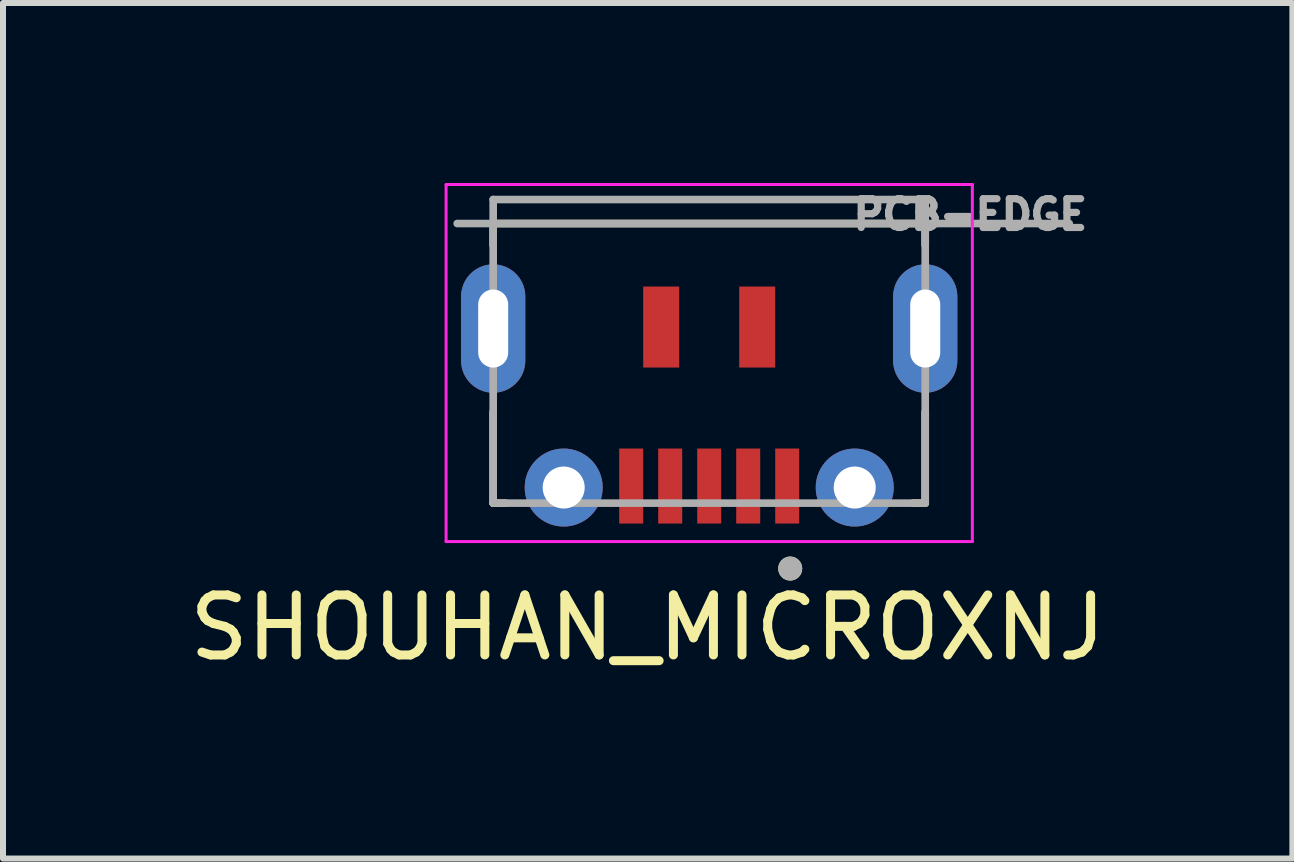
<source format=kicad_pcb>
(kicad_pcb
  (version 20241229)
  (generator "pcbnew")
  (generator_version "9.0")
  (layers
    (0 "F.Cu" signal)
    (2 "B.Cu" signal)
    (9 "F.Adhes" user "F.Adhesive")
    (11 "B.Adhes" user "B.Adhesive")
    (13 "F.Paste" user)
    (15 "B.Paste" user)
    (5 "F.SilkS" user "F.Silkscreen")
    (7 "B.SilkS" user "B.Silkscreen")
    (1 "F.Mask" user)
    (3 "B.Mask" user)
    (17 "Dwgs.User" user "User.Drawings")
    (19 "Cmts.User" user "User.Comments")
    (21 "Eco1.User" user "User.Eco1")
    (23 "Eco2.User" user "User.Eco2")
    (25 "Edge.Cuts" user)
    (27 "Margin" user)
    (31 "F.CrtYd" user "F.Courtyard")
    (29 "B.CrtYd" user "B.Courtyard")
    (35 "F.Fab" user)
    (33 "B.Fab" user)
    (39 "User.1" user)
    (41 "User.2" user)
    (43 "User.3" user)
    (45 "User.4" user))
  (footprint "SHOUHAN_MICROXNJ"
    (layer "F.Cu")
    (at 8.769 0.675)
    (property "Reference" "SHOUHAN_MICROXNJ" (at -1.025 6.735 0) (layer "F.SilkS") (effects (font (size 1 1) (thickness 0.15))))
    (attr through_hole)
    (fp_line (start -3.6 0) (end 3.6 0) (stroke (width 0.127) (type solid)) (layer "F.SilkS"))
    (fp_line (start -3.6 0.36) (end -3.6 0) (stroke (width 0.127) (type solid)) (layer "F.SilkS"))
    (fp_line (start -3.6 3.14) (end -3.6 4.66) (stroke (width 0.127) (type solid)) (layer "F.SilkS"))
    (fp_line (start -3.6 4.66) (end -3.395 4.66) (stroke (width 0.127) (type solid)) (layer "F.SilkS"))
    (fp_line (start 3.6 0) (end 3.6 0.36) (stroke (width 0.127) (type solid)) (layer "F.SilkS"))
    (fp_line (start 3.6 3.14) (end 3.6 4.66) (stroke (width 0.127) (type solid)) (layer "F.SilkS"))
    (fp_line (start 3.6 4.66) (end 3.395 4.66) (stroke (width 0.127) (type solid)) (layer "F.SilkS"))
    (fp_circle (center 1.35 5.75) (end 1.45 5.75) (stroke (width 0.2) (type solid)) (fill no) (layer "F.SilkS"))
    (fp_line (start -4.385 -0.65) (end 4.385 -0.65) (stroke (width 0.05) (type solid)) (layer "F.CrtYd"))
    (fp_line (start -4.385 5.3) (end -4.385 -0.65) (stroke (width 0.05) (type solid)) (layer "F.CrtYd"))
    (fp_line (start 4.385 -0.65) (end 4.385 5.3) (stroke (width 0.05) (type solid)) (layer "F.CrtYd"))
    (fp_line (start 4.385 5.3) (end -4.385 5.3) (stroke (width 0.05) (type solid)) (layer "F.CrtYd"))
    (fp_line (start -4.2 0) (end 6 0) (stroke (width 0.127) (type solid)) (layer "F.Fab"))
    (fp_line (start -3.6 -0.4) (end 3.6 -0.4) (stroke (width 0.127) (type solid)) (layer "F.Fab"))
    (fp_line (start -3.6 4.66) (end -3.6 -0.4) (stroke (width 0.127) (type solid)) (layer "F.Fab"))
    (fp_line (start 3.6 -0.4) (end 3.6 4.66) (stroke (width 0.127) (type solid)) (layer "F.Fab"))
    (fp_line (start 3.6 4.66) (end -3.6 4.66) (stroke (width 0.127) (type solid)) (layer "F.Fab"))
    (fp_circle (center 1.35 5.75) (end 1.45 5.75) (stroke (width 0.2) (type solid)) (fill no) (layer "F.Fab"))
    (fp_text user "PCB-EDGE" (at 4.35 -0.15 0) (layer "F.Fab") (effects (font (size 0.48 0.48) (thickness 0.15))))
    (pad "1" smd rect (at 1.3 4.375 90) (size 1.25 0.4) (layers "F.Cu" "F.Mask" "F.Paste"))
    (pad "2" smd rect (at 0.65 4.375 90) (size 1.25 0.4) (layers "F.Cu" "F.Mask" "F.Paste"))
    (pad "3" smd rect (at 0 4.375 90) (size 1.25 0.4) (layers "F.Cu" "F.Mask" "F.Paste"))
    (pad "4" smd rect (at -0.65 4.375 90) (size 1.25 0.4) (layers "F.Cu" "F.Mask" "F.Paste"))
    (pad "5" smd rect (at -1.3 4.375 90) (size 1.25 0.4) (layers "F.Cu" "F.Mask" "F.Paste"))
    (pad "S1" smd rect (at -0.8 1.725 90) (size 1.35 0.6) (layers "F.Cu" "F.Mask" "F.Paste"))
    (pad "S2" smd rect (at 0.8 1.725 90) (size 1.35 0.6) (layers "F.Cu" "F.Mask" "F.Paste"))
    (pad "S3" thru_hole oval (at -3.6 1.75) (size 1.07 2.14) (drill oval 0.5 1.3) (layers "*.Cu" "*.Mask"))
    (pad "S4" thru_hole circle (at -2.425 4.4) (size 1.3 1.3) (drill 0.7) (layers "*.Cu" "*.Mask"))
    (pad "S5" thru_hole circle (at 2.425 4.4) (size 1.3 1.3) (drill 0.7) (layers "*.Cu" "*.Mask"))
    (pad "S6" thru_hole oval (at 3.6 1.75) (size 1.07 2.14) (drill oval 0.5 1.3) (layers "*.Cu" "*.Mask")))
  (gr_rect
    (start -3 -3)
    (end 18.488 11.258)
    (stroke (width 0.1) (type default))
    (fill no)
    (layer "Edge.Cuts")))
</source>
